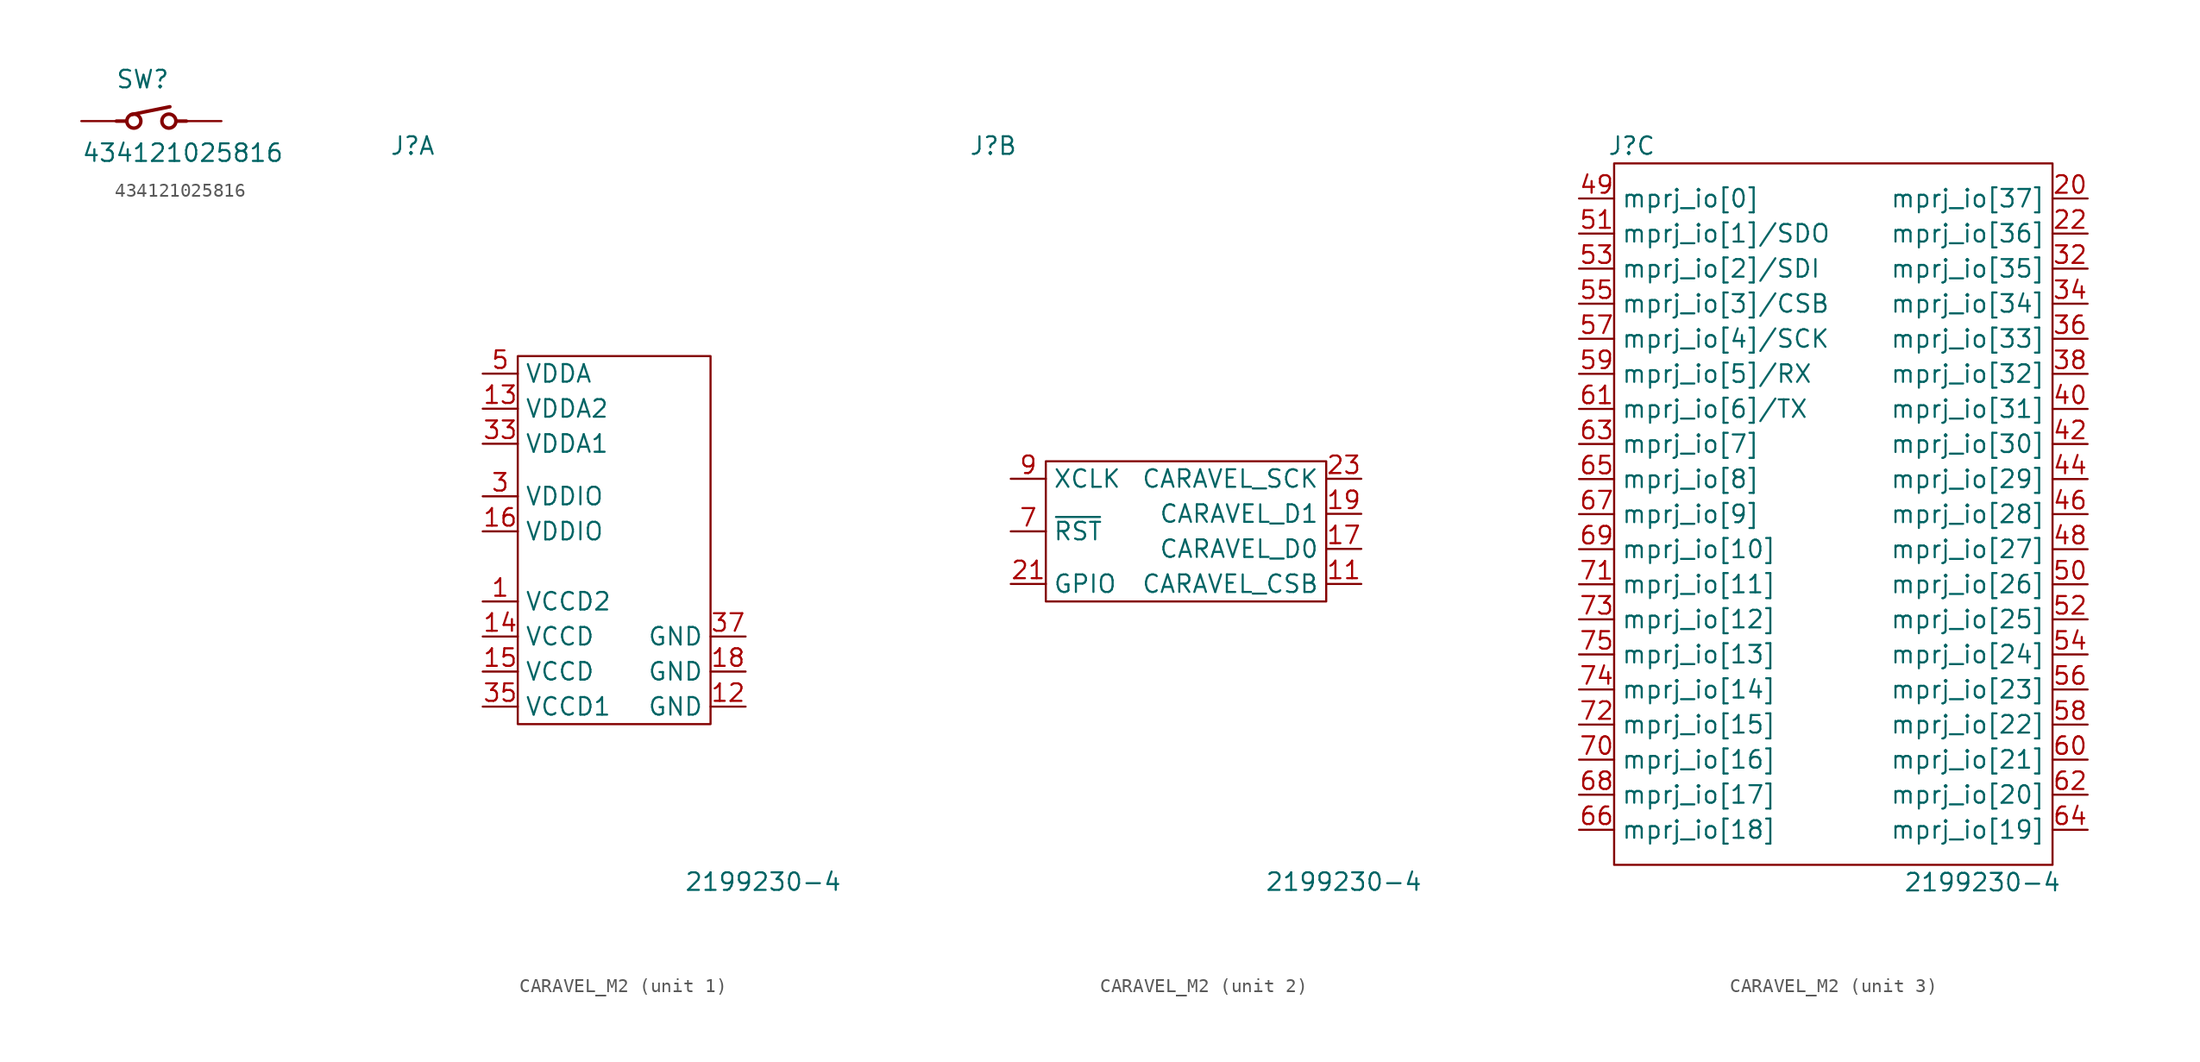
<source format=kicad_sym>
(kicad_symbol_lib
  (version 20220914)
  (generator kicad_symbol_editor)
  (symbol "434121025816"
    (pin_numbers hide)
    (pin_names
      (offset 1.016))
    (property "Reference" "SW"
      (at -0.635 2.286 0)
      (effects (font (size 1.27 1.27)) (justify bottom)))
    (property "Value" "434121025816"
      (at -5.08 -3.048 0)
      (effects (font (size 1.27 1.27)) (justify left bottom)))
    (symbol "434121025816_0_0"
      (circle (center -1.27 0) (radius 0.508) (stroke (width 0.254) (type default)) (fill (type none)))
      (polyline (pts (xy -2.54 0) (xy -1.805 0)) (stroke (width 0.254) (type default)) (fill (type none)))
      (polyline (pts (xy -1.47 0.47) (xy 1.34 1.04)) (stroke (width 0.254) (type default)) (fill (type none)))
      (polyline (pts (xy 1.805 0) (xy 2.54 0)) (stroke (width 0.254) (type default)) (fill (type none)))
      (circle (center 1.27 0) (radius 0.508) (stroke (width 0.254) (type default)) (fill (type none)))
      (pin passive line (at -5.08 0 0) (length 2.54) (name "~" (effects (font (size 1.016 1.016)))) (number "1" (effects (font (size 1.016 1.016)))))
      (pin passive line (at 5.08 0 180) (length 2.54) (name "~" (effects (font (size 1.016 1.016)))) (number "2" (effects (font (size 1.016 1.016)))))))
  (symbol "CARAVEL_M2"
    (property "Reference" "J"
      (at -15.24 25.4 0)
      (effects (font (size 1.27 1.27))))
    (property "Value" "2199230-4"
      (at 10.16 -27.94 0)
      (effects (font (size 1.27 1.27))))
    (property "ki_locked" ""
      (at 0 0 0)
      (effects (font (size 1.27 1.27))))
    (symbol "CARAVEL_M2_1_1"
      (rectangle (start -7.62 10.16) (end 6.35 -16.51) (stroke (width 0) (type default)) (fill (type none)))
      (pin power_in line (at -10.16 -7.62 0) (length 2.54) (name "VCCD2" (effects (font (size 1.27 1.27)))) (number "1" (effects (font (size 1.27 1.27)))))
      (pin power_in line (at 8.89 -15.24 180) (length 2.54) (name "GND" (effects (font (size 1.27 1.27)))) (number "12" (effects (font (size 1.27 1.27)))))
      (pin power_in line (at -10.16 6.35 0) (length 2.54) (name "VDDA2" (effects (font (size 1.27 1.27)))) (number "13" (effects (font (size 1.27 1.27)))))
      (pin power_in line (at -10.16 -10.16 0) (length 2.54) (name "VCCD" (effects (font (size 1.27 1.27)))) (number "14" (effects (font (size 1.27 1.27)))))
      (pin power_in line (at -10.16 -12.7 0) (length 2.54) (name "VCCD" (effects (font (size 1.27 1.27)))) (number "15" (effects (font (size 1.27 1.27)))))
      (pin power_in line (at -10.16 -2.54 0) (length 2.54) (name "VDDIO" (effects (font (size 1.27 1.27)))) (number "16" (effects (font (size 1.27 1.27)))))
      (pin power_in line (at 8.89 -12.7 180) (length 2.54) (name "GND" (effects (font (size 1.27 1.27)))) (number "18" (effects (font (size 1.27 1.27)))))
      (pin power_in line (at -10.16 0 0) (length 2.54) (name "VDDIO" (effects (font (size 1.27 1.27)))) (number "3" (effects (font (size 1.27 1.27)))))
      (pin power_in line (at -10.16 3.81 0) (length 2.54) (name "VDDA1" (effects (font (size 1.27 1.27)))) (number "33" (effects (font (size 1.27 1.27)))))
      (pin power_in line (at -10.16 -15.24 0) (length 2.54) (name "VCCD1" (effects (font (size 1.27 1.27)))) (number "35" (effects (font (size 1.27 1.27)))))
      (pin power_in line (at 8.89 -10.16 180) (length 2.54) (name "GND" (effects (font (size 1.27 1.27)))) (number "37" (effects (font (size 1.27 1.27)))))
      (pin power_in line (at -10.16 8.89 0) (length 2.54) (name "VDDA" (effects (font (size 1.27 1.27)))) (number "5" (effects (font (size 1.27 1.27))))))
    (symbol "CARAVEL_M2_2_1"
      (rectangle (start -11.43 2.54) (end 8.89 -7.62) (stroke (width 0) (type default)) (fill (type none)))
      (pin input line (at 11.43 -6.35 180) (length 2.54) (name "CARAVEL_CSB" (effects (font (size 1.27 1.27)))) (number "11" (effects (font (size 1.27 1.27)))))
      (pin bidirectional line (at 11.43 -3.81 180) (length 2.54) (name "CARAVEL_D0" (effects (font (size 1.27 1.27)))) (number "17" (effects (font (size 1.27 1.27)))))
      (pin bidirectional line (at 11.43 -1.27 180) (length 2.54) (name "CARAVEL_D1" (effects (font (size 1.27 1.27)))) (number "19" (effects (font (size 1.27 1.27)))))
      (pin input line (at -13.97 -6.35 0) (length 2.54) (name "GPIO" (effects (font (size 1.27 1.27)))) (number "21" (effects (font (size 1.27 1.27)))))
      (pin input line (at 11.43 1.27 180) (length 2.54) (name "CARAVEL_SCK" (effects (font (size 1.27 1.27)))) (number "23" (effects (font (size 1.27 1.27)))))
      (pin input line (at -13.97 -2.54 0) (length 2.54) (name "~{RST}" (effects (font (size 1.27 1.27)))) (number "7" (effects (font (size 1.27 1.27)))))
      (pin input line (at -13.97 1.27 0) (length 2.54) (name "XCLK" (effects (font (size 1.27 1.27)))) (number "9" (effects (font (size 1.27 1.27))))))
    (symbol "CARAVEL_M2_3_1"
      (rectangle (start -16.51 24.13) (end 15.24 -26.67) (stroke (width 0) (type default)) (fill (type none)))
      (pin bidirectional line (at 17.78 21.59 180) (length 2.54) (name "mprj_io[37]" (effects (font (size 1.27 1.27)))) (number "20" (effects (font (size 1.27 1.27)))))
      (pin bidirectional line (at 17.78 19.05 180) (length 2.54) (name "mprj_io[36]" (effects (font (size 1.27 1.27)))) (number "22" (effects (font (size 1.27 1.27)))))
      (pin bidirectional line (at 17.78 16.51 180) (length 2.54) (name "mprj_io[35]" (effects (font (size 1.27 1.27)))) (number "32" (effects (font (size 1.27 1.27)))))
      (pin bidirectional line (at 17.78 13.97 180) (length 2.54) (name "mprj_io[34]" (effects (font (size 1.27 1.27)))) (number "34" (effects (font (size 1.27 1.27)))))
      (pin bidirectional line (at 17.78 11.43 180) (length 2.54) (name "mprj_io[33]" (effects (font (size 1.27 1.27)))) (number "36" (effects (font (size 1.27 1.27)))))
      (pin bidirectional line (at 17.78 8.89 180) (length 2.54) (name "mprj_io[32]" (effects (font (size 1.27 1.27)))) (number "38" (effects (font (size 1.27 1.27)))))
      (pin bidirectional line (at 17.78 6.35 180) (length 2.54) (name "mprj_io[31]" (effects (font (size 1.27 1.27)))) (number "40" (effects (font (size 1.27 1.27)))))
      (pin bidirectional line (at 17.78 3.81 180) (length 2.54) (name "mprj_io[30]" (effects (font (size 1.27 1.27)))) (number "42" (effects (font (size 1.27 1.27)))))
      (pin bidirectional line (at 17.78 1.27 180) (length 2.54) (name "mprj_io[29]" (effects (font (size 1.27 1.27)))) (number "44" (effects (font (size 1.27 1.27)))))
      (pin bidirectional line (at 17.78 -1.27 180) (length 2.54) (name "mprj_io[28]" (effects (font (size 1.27 1.27)))) (number "46" (effects (font (size 1.27 1.27)))))
      (pin bidirectional line (at 17.78 -3.81 180) (length 2.54) (name "mprj_io[27]" (effects (font (size 1.27 1.27)))) (number "48" (effects (font (size 1.27 1.27)))))
      (pin bidirectional line (at -19.05 21.59 0) (length 2.54) (name "mprj_io[0]" (effects (font (size 1.27 1.27)))) (number "49" (effects (font (size 1.27 1.27)))))
      (pin bidirectional line (at 17.78 -6.35 180) (length 2.54) (name "mprj_io[26]" (effects (font (size 1.27 1.27)))) (number "50" (effects (font (size 1.27 1.27)))))
      (pin bidirectional line (at -19.05 19.05 0) (length 2.54) (name "mprj_io[1]/SDO" (effects (font (size 1.27 1.27)))) (number "51" (effects (font (size 1.27 1.27)))))
      (pin bidirectional line (at 17.78 -8.89 180) (length 2.54) (name "mprj_io[25]" (effects (font (size 1.27 1.27)))) (number "52" (effects (font (size 1.27 1.27)))))
      (pin bidirectional line (at -19.05 16.51 0) (length 2.54) (name "mprj_io[2]/SDI" (effects (font (size 1.27 1.27)))) (number "53" (effects (font (size 1.27 1.27)))))
      (pin bidirectional line (at 17.78 -11.43 180) (length 2.54) (name "mprj_io[24]" (effects (font (size 1.27 1.27)))) (number "54" (effects (font (size 1.27 1.27)))))
      (pin bidirectional line (at -19.05 13.97 0) (length 2.54) (name "mprj_io[3]/CSB" (effects (font (size 1.27 1.27)))) (number "55" (effects (font (size 1.27 1.27)))))
      (pin bidirectional line (at 17.78 -13.97 180) (length 2.54) (name "mprj_io[23]" (effects (font (size 1.27 1.27)))) (number "56" (effects (font (size 1.27 1.27)))))
      (pin bidirectional line (at -19.05 11.43 0) (length 2.54) (name "mprj_io[4]/SCK" (effects (font (size 1.27 1.27)))) (number "57" (effects (font (size 1.27 1.27)))))
      (pin bidirectional line (at 17.78 -16.51 180) (length 2.54) (name "mprj_io[22]" (effects (font (size 1.27 1.27)))) (number "58" (effects (font (size 1.27 1.27)))))
      (pin bidirectional line (at -19.05 8.89 0) (length 2.54) (name "mprj_io[5]/RX" (effects (font (size 1.27 1.27)))) (number "59" (effects (font (size 1.27 1.27)))))
      (pin bidirectional line (at 17.78 -19.05 180) (length 2.54) (name "mprj_io[21]" (effects (font (size 1.27 1.27)))) (number "60" (effects (font (size 1.27 1.27)))))
      (pin bidirectional line (at -19.05 6.35 0) (length 2.54) (name "mprj_io[6]/TX" (effects (font (size 1.27 1.27)))) (number "61" (effects (font (size 1.27 1.27)))))
      (pin bidirectional line (at 17.78 -21.59 180) (length 2.54) (name "mprj_io[20]" (effects (font (size 1.27 1.27)))) (number "62" (effects (font (size 1.27 1.27)))))
      (pin bidirectional line (at -19.05 3.81 0) (length 2.54) (name "mprj_io[7]" (effects (font (size 1.27 1.27)))) (number "63" (effects (font (size 1.27 1.27)))))
      (pin bidirectional line (at 17.78 -24.13 180) (length 2.54) (name "mprj_io[19]" (effects (font (size 1.27 1.27)))) (number "64" (effects (font (size 1.27 1.27)))))
      (pin bidirectional line (at -19.05 1.27 0) (length 2.54) (name "mprj_io[8]" (effects (font (size 1.27 1.27)))) (number "65" (effects (font (size 1.27 1.27)))))
      (pin bidirectional line (at -19.05 -24.13 0) (length 2.54) (name "mprj_io[18]" (effects (font (size 1.27 1.27)))) (number "66" (effects (font (size 1.27 1.27)))))
      (pin bidirectional line (at -19.05 -1.27 0) (length 2.54) (name "mprj_io[9]" (effects (font (size 1.27 1.27)))) (number "67" (effects (font (size 1.27 1.27)))))
      (pin bidirectional line (at -19.05 -21.59 0) (length 2.54) (name "mprj_io[17]" (effects (font (size 1.27 1.27)))) (number "68" (effects (font (size 1.27 1.27)))))
      (pin bidirectional line (at -19.05 -3.81 0) (length 2.54) (name "mprj_io[10]" (effects (font (size 1.27 1.27)))) (number "69" (effects (font (size 1.27 1.27)))))
      (pin bidirectional line (at -19.05 -19.05 0) (length 2.54) (name "mprj_io[16]" (effects (font (size 1.27 1.27)))) (number "70" (effects (font (size 1.27 1.27)))))
      (pin bidirectional line (at -19.05 -6.35 0) (length 2.54) (name "mprj_io[11]" (effects (font (size 1.27 1.27)))) (number "71" (effects (font (size 1.27 1.27)))))
      (pin bidirectional line (at -19.05 -16.51 0) (length 2.54) (name "mprj_io[15]" (effects (font (size 1.27 1.27)))) (number "72" (effects (font (size 1.27 1.27)))))
      (pin bidirectional line (at -19.05 -8.89 0) (length 2.54) (name "mprj_io[12]" (effects (font (size 1.27 1.27)))) (number "73" (effects (font (size 1.27 1.27)))))
      (pin bidirectional line (at -19.05 -13.97 0) (length 2.54) (name "mprj_io[14]" (effects (font (size 1.27 1.27)))) (number "74" (effects (font (size 1.27 1.27)))))
      (pin bidirectional line (at -19.05 -11.43 0) (length 2.54) (name "mprj_io[13]" (effects (font (size 1.27 1.27)))) (number "75" (effects (font (size 1.27 1.27))))))))
</source>
